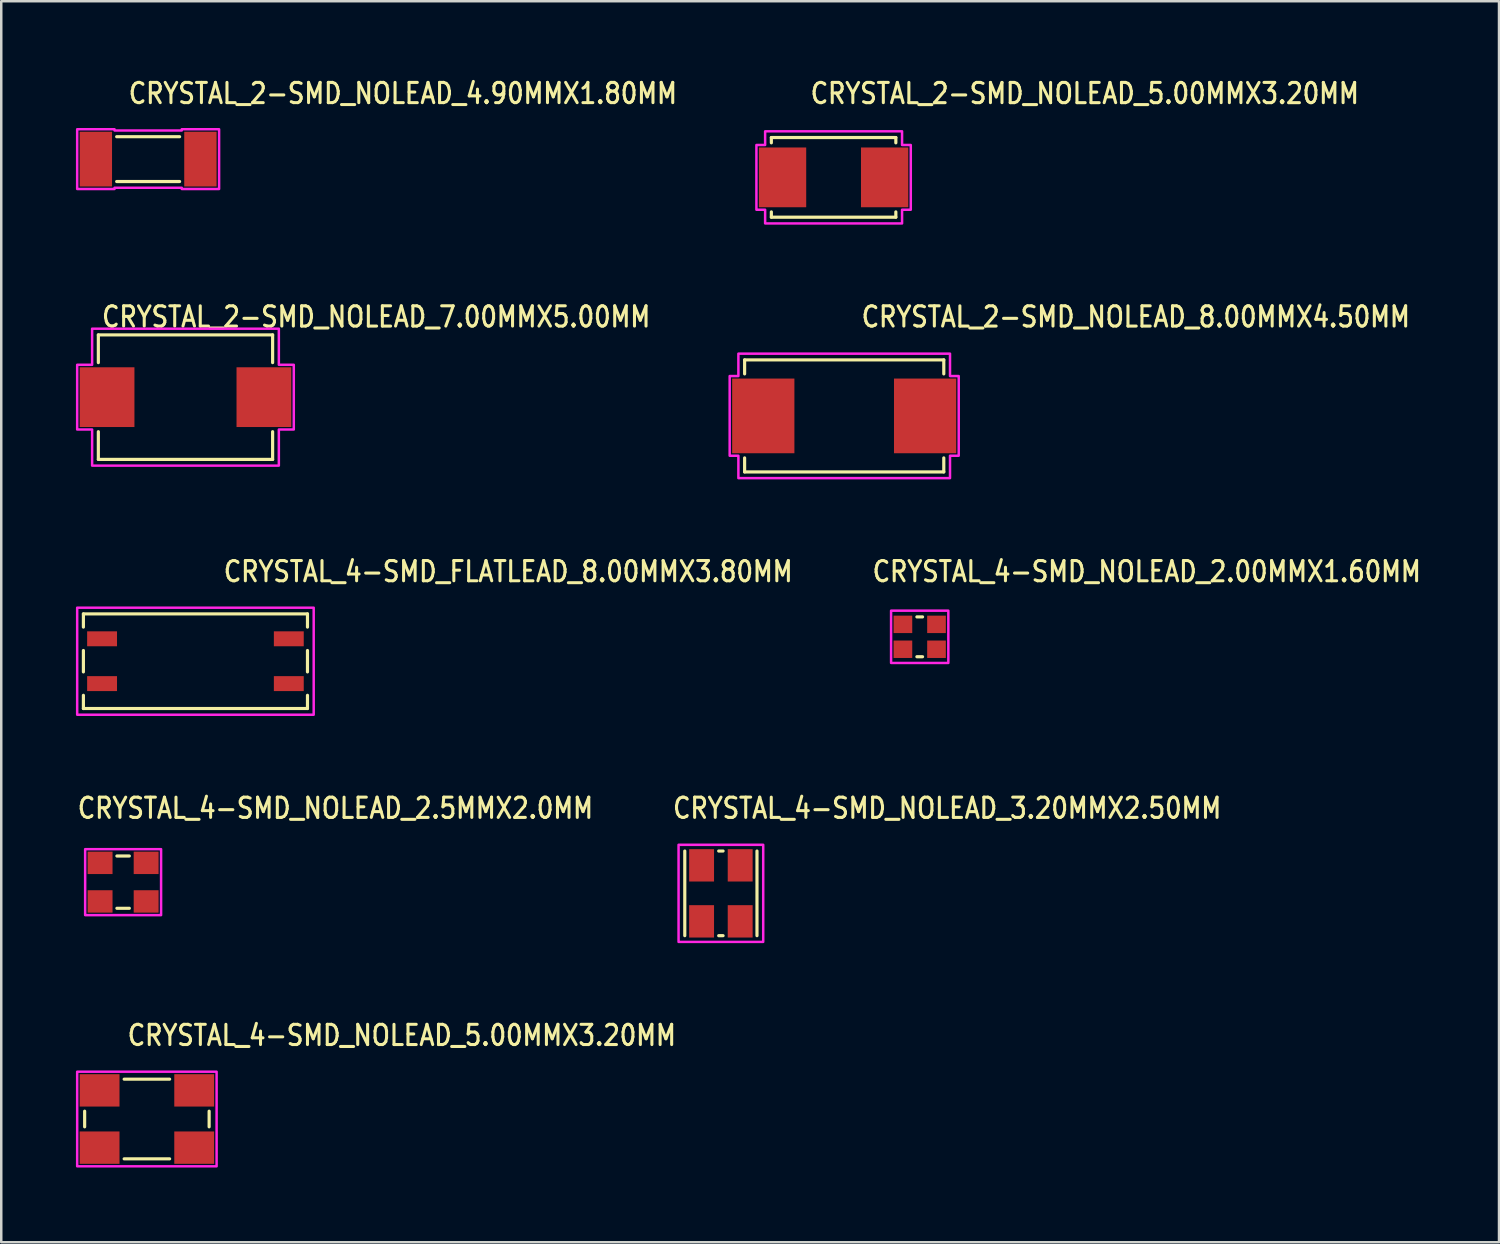
<source format=kicad_pcb>
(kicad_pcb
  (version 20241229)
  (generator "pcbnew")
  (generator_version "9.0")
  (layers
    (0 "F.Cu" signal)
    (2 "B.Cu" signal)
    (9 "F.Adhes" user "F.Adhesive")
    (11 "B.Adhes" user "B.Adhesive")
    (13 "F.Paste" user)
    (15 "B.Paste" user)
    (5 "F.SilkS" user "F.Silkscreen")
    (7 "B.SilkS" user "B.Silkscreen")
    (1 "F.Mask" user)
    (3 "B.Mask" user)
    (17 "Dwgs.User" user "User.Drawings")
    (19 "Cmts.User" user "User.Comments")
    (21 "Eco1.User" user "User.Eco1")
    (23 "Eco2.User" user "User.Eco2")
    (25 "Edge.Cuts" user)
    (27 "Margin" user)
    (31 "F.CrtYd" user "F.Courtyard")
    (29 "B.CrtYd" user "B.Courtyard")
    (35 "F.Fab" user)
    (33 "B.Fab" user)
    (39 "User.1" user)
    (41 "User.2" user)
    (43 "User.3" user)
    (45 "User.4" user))
  (footprint "CRYSTAL_2-SMD_NOLEAD_5.00MMX3.20MM"
    (layer "F.Cu")
    (at 30.432 4.074)
    (property "Reference" "CRYSTAL_2-SMD_NOLEAD_5.00MMX3.20MM" (at -0.995 -2.895 0) (unlocked yes) (layer "F.SilkS") (effects (font (size 0.813 0.695) (thickness 0.122)) (justify left bottom)))
    (fp_line (start -2.5 -1.6) (end -2.5 -1.387) (stroke (width 0.127) (type solid)) (layer "F.SilkS"))
    (fp_line (start -2.5 -1.6) (end 2.5 -1.6) (stroke (width 0.127) (type solid)) (layer "F.SilkS"))
    (fp_line (start -2.5 1.6) (end -2.5 1.387) (stroke (width 0.127) (type solid)) (layer "F.SilkS"))
    (fp_line (start 2.5 -1.6) (end 2.5 -1.387) (stroke (width 0.127) (type solid)) (layer "F.SilkS"))
    (fp_line (start 2.5 1.6) (end -2.5 1.6) (stroke (width 0.127) (type solid)) (layer "F.SilkS"))
    (fp_line (start 2.5 1.6) (end 2.5 1.387) (stroke (width 0.127) (type solid)) (layer "F.SilkS"))
    (fp_poly (pts (xy -3.1 -1.3) (xy -2.75 -1.3) (xy -2.75 -1.85) (xy 2.75 -1.85) (xy 2.75 -1.3) (xy 3.1 -1.3) (xy 3.1 1.3) (xy 2.75 1.3) (xy 2.75 1.85) (xy -2.75 1.85) (xy -2.75 1.3) (xy -3.1 1.3)) (stroke (width 0.1) (type solid)) (fill no) (layer "F.CrtYd"))
    (pad "1" smd rect (at -2.05 0) (size 1.9 2.4) (layers "F.Cu" "F.Mask" "F.Paste"))
    (pad "2" smd rect (at 2.05 0) (size 1.9 2.4) (layers "F.Cu" "F.Mask" "F.Paste")))
  (footprint "CRYSTAL_4-SMD_NOLEAD_2.5MMX2.0MM"
    (layer "F.Cu")
    (at 1.895 32.382)
    (property "Reference" "CRYSTAL_4-SMD_NOLEAD_2.5MMX2.0MM" (at -1.895 -2.495 0) (unlocked yes) (layer "F.SilkS") (effects (font (size 0.813 0.695) (thickness 0.122)) (justify left bottom)))
    (fp_line (start -0.25 -1.05) (end 0.25 -1.05) (stroke (width 0.127) (type solid)) (layer "F.SilkS"))
    (fp_line (start 0.25 1.05) (end -0.25 1.05) (stroke (width 0.127) (type solid)) (layer "F.SilkS"))
    (fp_poly (pts (xy -1.525 -1.325) (xy 1.525 -1.325) (xy 1.525 1.325) (xy -1.525 1.325)) (stroke (width 0.1) (type solid)) (fill no) (layer "F.CrtYd"))
    (pad "1" smd rect (at -0.925 0.775) (size 1 0.9) (layers "F.Cu" "F.Mask" "F.Paste"))
    (pad "2" smd rect (at 0.925 0.775) (size 1 0.9) (layers "F.Cu" "F.Mask" "F.Paste"))
    (pad "3" smd rect (at 0.925 -0.775) (size 1 0.9) (layers "F.Cu" "F.Mask" "F.Paste"))
    (pad "4" smd rect (at -0.925 -0.775) (size 1 0.9) (layers "F.Cu" "F.Mask" "F.Paste")))
  (footprint "CRYSTAL_4-SMD_NOLEAD_5.00MMX3.20MM"
    (layer "F.Cu")
    (at 2.85 41.896)
    (property "Reference" "CRYSTAL_4-SMD_NOLEAD_5.00MMX3.20MM" (at -0.845 -2.885 0) (unlocked yes) (layer "F.SilkS") (effects (font (size 0.813 0.695) (thickness 0.122)) (justify left bottom)))
    (fp_line (start -2.5 0.314) (end -2.5 -0.314) (stroke (width 0.127) (type solid)) (layer "F.SilkS"))
    (fp_line (start -0.913 -1.6) (end 0.913 -1.6) (stroke (width 0.127) (type solid)) (layer "F.SilkS"))
    (fp_line (start 0.913 1.6) (end -0.913 1.6) (stroke (width 0.127) (type solid)) (layer "F.SilkS"))
    (fp_line (start 2.5 0.314) (end 2.5 -0.314) (stroke (width 0.127) (type solid)) (layer "F.SilkS"))
    (fp_poly (pts (xy -2.8 1.9) (xy -2.8 -1.9) (xy 2.8 -1.9) (xy 2.8 1.9)) (stroke (width 0.1) (type solid)) (fill no) (layer "F.CrtYd"))
    (pad "1" smd rect (at -1.9 1.15) (size 1.6 1.3) (layers "F.Cu" "F.Mask" "F.Paste"))
    (pad "2" smd rect (at 1.9 1.15) (size 1.6 1.3) (layers "F.Cu" "F.Mask" "F.Paste"))
    (pad "3" smd rect (at 1.9 -1.15) (size 1.6 1.3) (layers "F.Cu" "F.Mask" "F.Paste"))
    (pad "4" smd rect (at -1.9 -1.15) (size 1.6 1.3) (layers "F.Cu" "F.Mask" "F.Paste")))
  (footprint "CRYSTAL_2-SMD_NOLEAD_4.90MMX1.80MM"
    (layer "F.Cu")
    (at 2.9 3.341)
    (property "Reference" "CRYSTAL_2-SMD_NOLEAD_4.90MMX1.80MM" (at -0.852 -2.163 0) (unlocked yes) (layer "F.SilkS") (effects (font (size 0.813 0.695) (thickness 0.122)) (justify left bottom)))
    (fp_line (start -1.264 -0.9) (end 1.264 -0.9) (stroke (width 0.127) (type solid)) (layer "F.SilkS"))
    (fp_line (start -1.264 0.9) (end 1.264 0.9) (stroke (width 0.127) (type solid)) (layer "F.SilkS"))
    (fp_poly (pts (xy -2.85 1.2) (xy -2.85 -1.2) (xy -1.35 -1.2) (xy -1.35 -1.15) (xy 1.35 -1.15) (xy 1.35 -1.2) (xy 2.85 -1.2) (xy 2.85 1.2) (xy 1.35 1.2) (xy 1.35 1.15) (xy -1.35 1.15) (xy -1.35 1.2)) (stroke (width 0.1) (type solid)) (fill no) (layer "F.CrtYd"))
    (pad "1" smd rect (at -2.1 0) (size 1.3 2.2) (layers "F.Cu" "F.Mask" "F.Paste"))
    (pad "2" smd rect (at 2.1 0) (size 1.3 2.2) (layers "F.Cu" "F.Mask" "F.Paste")))
  (footprint "CRYSTAL_4-SMD_NOLEAD_2.00MMX1.60MM"
    (layer "F.Cu")
    (at 33.891 22.528)
    (property "Reference" "CRYSTAL_4-SMD_NOLEAD_2.00MMX1.60MM" (at -1.965 -2.145 0) (unlocked yes) (layer "F.SilkS") (effects (font (size 0.813 0.695) (thickness 0.122)) (justify left bottom)))
    (fp_line (start -0.114 -0.8) (end 0.114 -0.8) (stroke (width 0.127) (type solid)) (layer "F.SilkS"))
    (fp_line (start 0.114 0.8) (end -0.114 0.8) (stroke (width 0.127) (type solid)) (layer "F.SilkS"))
    (fp_poly (pts (xy -1.15 1.05) (xy -1.15 -1.05) (xy 1.15 -1.05) (xy 1.15 1.05)) (stroke (width 0.1) (type solid)) (fill no) (layer "F.CrtYd"))
    (pad "1" smd rect (at -0.675 0.5) (size 0.75 0.7) (layers "F.Cu" "F.Mask" "F.Paste"))
    (pad "2" smd rect (at 0.675 0.5) (size 0.75 0.7) (layers "F.Cu" "F.Mask" "F.Paste"))
    (pad "3" smd rect (at 0.675 -0.5) (size 0.75 0.7) (layers "F.Cu" "F.Mask" "F.Paste"))
    (pad "4" smd rect (at -0.675 -0.5) (size 0.75 0.7) (layers "F.Cu" "F.Mask" "F.Paste")))
  (footprint "CRYSTAL_4-SMD_FLATLEAD_8.00MMX3.80MM"
    (layer "F.Cu")
    (at 4.8 23.508)
    (property "Reference" "CRYSTAL_4-SMD_FLATLEAD_8.00MMX3.80MM" (at 1.065 -3.125 0) (unlocked yes) (layer "F.SilkS") (effects (font (size 0.813 0.695) (thickness 0.122)) (justify left bottom)))
    (fp_line (start -4.5 -1.9) (end 4.5 -1.9) (stroke (width 0.127) (type solid)) (layer "F.SilkS"))
    (fp_line (start -4.5 -1.37) (end -4.5 -1.9) (stroke (width 0.127) (type solid)) (layer "F.SilkS"))
    (fp_line (start -4.5 0.43) (end -4.5 -0.43) (stroke (width 0.127) (type solid)) (layer "F.SilkS"))
    (fp_line (start -4.5 1.9) (end -4.5 1.37) (stroke (width 0.127) (type solid)) (layer "F.SilkS"))
    (fp_line (start 4.5 -1.9) (end 4.5 -1.37) (stroke (width 0.127) (type solid)) (layer "F.SilkS"))
    (fp_line (start 4.5 -0.43) (end 4.5 0.43) (stroke (width 0.127) (type solid)) (layer "F.SilkS"))
    (fp_line (start 4.5 1.37) (end 4.5 1.9) (stroke (width 0.127) (type solid)) (layer "F.SilkS"))
    (fp_line (start 4.5 1.9) (end -4.5 1.9) (stroke (width 0.127) (type solid)) (layer "F.SilkS"))
    (fp_poly (pts (xy -4.75 -2.15) (xy 4.75 -2.15) (xy 4.75 2.15) (xy -4.75 2.15)) (stroke (width 0.1) (type solid)) (fill no) (layer "F.CrtYd"))
    (pad "1" smd rect (at -3.75 0.9) (size 1.2 0.6) (layers "F.Cu" "F.Mask" "F.Paste"))
    (pad "2" smd rect (at 3.75 0.9) (size 1.2 0.6) (layers "F.Cu" "F.Mask" "F.Paste"))
    (pad "3" smd rect (at 3.75 -0.9) (size 1.2 0.6) (layers "F.Cu" "F.Mask" "F.Paste"))
    (pad "4" smd rect (at -3.75 -0.9) (size 1.2 0.6) (layers "F.Cu" "F.Mask" "F.Paste")))
  (footprint "CRYSTAL_2-SMD_NOLEAD_7.00MMX5.00MM"
    (layer "F.Cu")
    (at 4.4 12.902)
    (property "Reference" "CRYSTAL_2-SMD_NOLEAD_7.00MMX5.00MM" (at -3.425 -2.75 0) (unlocked yes) (layer "F.SilkS") (effects (font (size 0.813 0.695) (thickness 0.122)) (justify left bottom)))
    (fp_line (start -3.5 -2.5) (end -3.5 -1.387) (stroke (width 0.127) (type solid)) (layer "F.SilkS"))
    (fp_line (start -3.5 -2.5) (end 3.5 -2.5) (stroke (width 0.127) (type solid)) (layer "F.SilkS"))
    (fp_line (start -3.5 2.5) (end -3.5 1.387) (stroke (width 0.127) (type solid)) (layer "F.SilkS"))
    (fp_line (start 3.5 -2.5) (end 3.5 -1.387) (stroke (width 0.127) (type solid)) (layer "F.SilkS"))
    (fp_line (start 3.5 2.5) (end -3.5 2.5) (stroke (width 0.127) (type solid)) (layer "F.SilkS"))
    (fp_line (start 3.5 2.5) (end 3.5 1.387) (stroke (width 0.127) (type solid)) (layer "F.SilkS"))
    (fp_poly (pts (xy -4.35 1.3) (xy -4.35 -1.3) (xy -3.75 -1.3) (xy -3.75 -2.75) (xy 3.75 -2.75) (xy 3.75 -1.3) (xy 4.35 -1.3) (xy 4.35 1.3) (xy 3.75 1.3) (xy 3.75 2.75) (xy -3.75 2.75) (xy -3.75 1.3)) (stroke (width 0.1) (type solid)) (fill no) (layer "F.CrtYd"))
    (pad "P$1" smd rect (at -3.15 0) (size 2.2 2.4) (layers "F.Cu" "F.Mask" "F.Paste"))
    (pad "P$2" smd rect (at 3.15 0) (size 2.2 2.4) (layers "F.Cu" "F.Mask" "F.Paste")))
  (footprint "CRYSTAL_4-SMD_NOLEAD_3.20MMX2.50MM"
    (layer "F.Cu")
    (at 25.905 32.832)
    (property "Reference" "CRYSTAL_4-SMD_NOLEAD_3.20MMX2.50MM" (at -1.995 -2.945 0) (unlocked yes) (layer "F.SilkS") (effects (font (size 0.813 0.695) (thickness 0.122)) (justify left bottom)))
    (fp_line (start -1.45 1.7) (end -1.45 -1.7) (stroke (width 0.127) (type solid)) (layer "F.SilkS"))
    (fp_line (start -0.088 -1.7) (end 0.088 -1.7) (stroke (width 0.127) (type solid)) (layer "F.SilkS"))
    (fp_line (start 0.088 1.7) (end -0.088 1.7) (stroke (width 0.127) (type solid)) (layer "F.SilkS"))
    (fp_line (start 1.45 -1.7) (end 1.45 1.7) (stroke (width 0.127) (type solid)) (layer "F.SilkS"))
    (fp_poly (pts (xy -1.7 -1.95) (xy 1.7 -1.95) (xy 1.7 1.95) (xy -1.7 1.95)) (stroke (width 0.1) (type solid)) (fill no) (layer "F.CrtYd"))
    (pad "1" smd rect (at -0.775 -1.125) (size 1 1.3) (layers "F.Cu" "F.Mask" "F.Paste"))
    (pad "2" smd rect (at -0.775 1.125) (size 1 1.3) (layers "F.Cu" "F.Mask" "F.Paste"))
    (pad "3" smd rect (at 0.775 1.125) (size 1 1.3) (layers "F.Cu" "F.Mask" "F.Paste"))
    (pad "4" smd rect (at 0.775 -1.125) (size 1 1.3) (layers "F.Cu" "F.Mask" "F.Paste")))
  (footprint "CRYSTAL_2-SMD_NOLEAD_8.00MMX4.50MM"
    (layer "F.Cu")
    (at 30.858 13.655)
    (property "Reference" "CRYSTAL_2-SMD_NOLEAD_8.00MMX4.50MM" (at 0.628 -3.503 0) (unlocked yes) (layer "F.SilkS") (effects (font (size 0.813 0.695) (thickness 0.122)) (justify left bottom)))
    (fp_line (start -4 -2.25) (end -4 -1.687) (stroke (width 0.127) (type solid)) (layer "F.SilkS"))
    (fp_line (start -4 -2.25) (end 4 -2.25) (stroke (width 0.127) (type solid)) (layer "F.SilkS"))
    (fp_line (start -4 2.25) (end -4 1.687) (stroke (width 0.127) (type solid)) (layer "F.SilkS"))
    (fp_line (start -4 2.25) (end 4 2.25) (stroke (width 0.127) (type solid)) (layer "F.SilkS"))
    (fp_line (start 4 -2.25) (end 4 -1.687) (stroke (width 0.127) (type solid)) (layer "F.SilkS"))
    (fp_line (start 4 2.25) (end 4 1.687) (stroke (width 0.127) (type solid)) (layer "F.SilkS"))
    (fp_poly (pts (xy -4.6 -1.6) (xy -4.25 -1.6) (xy -4.25 -2.5) (xy 4.25 -2.5) (xy 4.25 -1.6) (xy 4.6 -1.6) (xy 4.6 1.6) (xy 4.25 1.6) (xy 4.25 2.5) (xy -4.25 2.5) (xy -4.25 1.6) (xy -4.6 1.6)) (stroke (width 0.1) (type solid)) (fill no) (layer "F.CrtYd"))
    (pad "1" smd rect (at -3.25 0) (size 2.5 3) (layers "F.Cu" "F.Mask" "F.Paste"))
    (pad "2" smd rect (at 3.25 0) (size 2.5 3) (layers "F.Cu" "F.Mask" "F.Paste")))
  (gr_rect
    (start -3 -3)
    (end 57.159 46.846)
    (stroke (width 0.1) (type default))
    (fill no)
    (layer "Edge.Cuts")))
</source>
